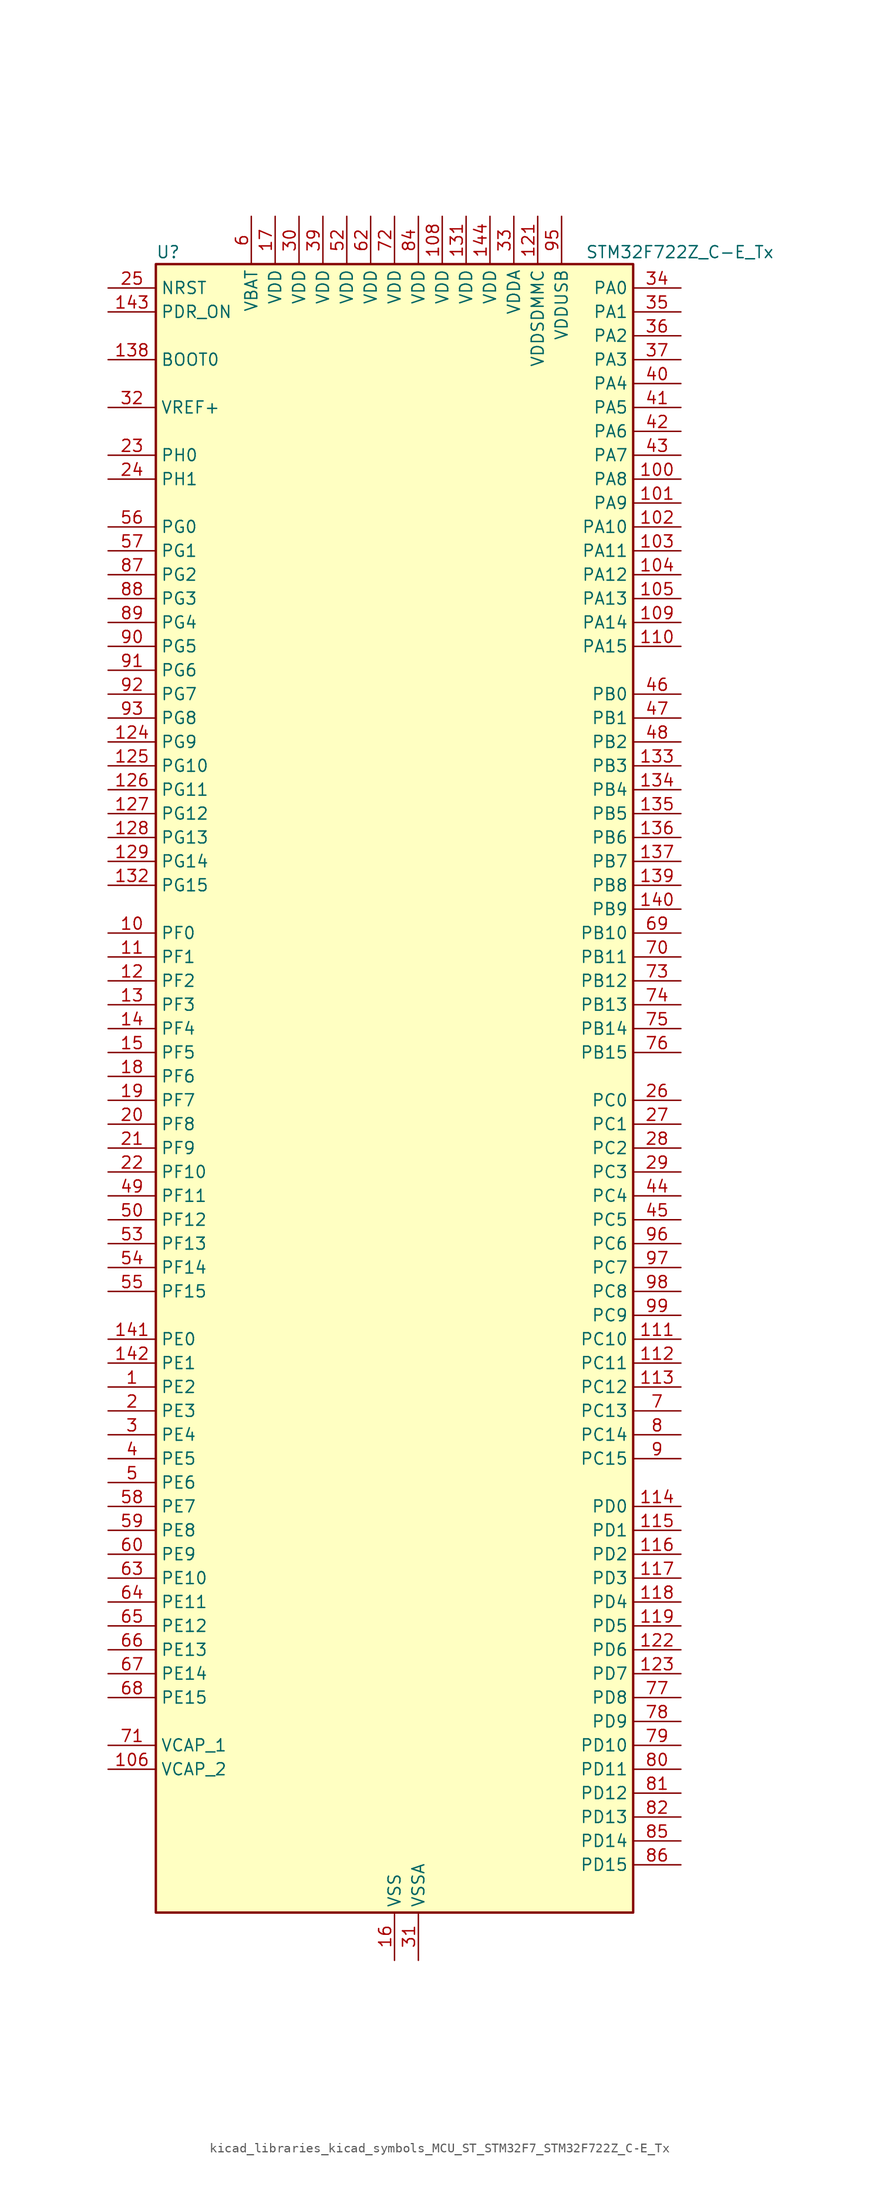
<source format=kicad_sym>
(kicad_symbol_lib
  (version 20220914)
  (generator kicad_symbol_editor)
  (symbol "kicad_libraries_kicad_symbols_MCU_ST_STM32F7_STM32F722Z_C-E_Tx"
    (property "Reference" "U"
      (at -25.4 90.17 0)
      (effects (font (size 1.27 1.27)) (justify left)))
    (property "Value" "STM32F722Z_C-E_Tx"
      (at 20.32 90.17 0)
      (effects (font (size 1.27 1.27)) (justify left)))
    (property "ki_locked" ""
      (at 0 0 0)
      (effects (font (size 1.27 1.27))))
    (symbol "kicad_libraries_kicad_symbols_MCU_ST_STM32F7_STM32F722Z_C-E_Tx_0_1"
      (rectangle (start -25.4 -86.36) (end 25.4 88.9) (stroke (width 0.254) (type default)) (fill (type background))))
    (symbol "kicad_libraries_kicad_symbols_MCU_ST_STM32F7_STM32F722Z_C-E_Tx_1_1"
      (pin bidirectional line (at -30.48 -30.48 0) (length 5.08) (name "PE2" (effects (font (size 1.27 1.27)))) (number "1" (effects (font (size 1.27 1.27)))) (alternate "FMC_A23" bidirectional line) (alternate "QUADSPI_BK1_IO2" bidirectional line) (alternate "SAI1_MCLK_A" bidirectional line) (alternate "SPI4_SCK" bidirectional line) (alternate "SYS_TRACECLK" bidirectional line))
      (pin bidirectional line (at -30.48 17.78 0) (length 5.08) (name "PF0" (effects (font (size 1.27 1.27)))) (number "10" (effects (font (size 1.27 1.27)))) (alternate "FMC_A0" bidirectional line) (alternate "I2C2_SDA" bidirectional line))
      (pin bidirectional line (at 30.48 66.04 180) (length 5.08) (name "PA8" (effects (font (size 1.27 1.27)))) (number "100" (effects (font (size 1.27 1.27)))) (alternate "I2C3_SCL" bidirectional line) (alternate "RCC_MCO_1" bidirectional line) (alternate "TIM1_CH1" bidirectional line) (alternate "TIM8_BKIN2" bidirectional line) (alternate "USART1_CK" bidirectional line) (alternate "USB_OTG_FS_SOF" bidirectional line))
      (pin bidirectional line (at 30.48 63.5 180) (length 5.08) (name "PA9" (effects (font (size 1.27 1.27)))) (number "101" (effects (font (size 1.27 1.27)))) (alternate "DAC_EXTI9" bidirectional line) (alternate "I2C3_SMBA" bidirectional line) (alternate "I2S2_CK" bidirectional line) (alternate "SPI2_SCK" bidirectional line) (alternate "TIM1_CH2" bidirectional line) (alternate "USART1_TX" bidirectional line) (alternate "USB_OTG_FS_VBUS" bidirectional line))
      (pin bidirectional line (at 30.48 60.96 180) (length 5.08) (name "PA10" (effects (font (size 1.27 1.27)))) (number "102" (effects (font (size 1.27 1.27)))) (alternate "TIM1_CH3" bidirectional line) (alternate "USART1_RX" bidirectional line) (alternate "USB_OTG_FS_ID" bidirectional line))
      (pin bidirectional line (at 30.48 58.42 180) (length 5.08) (name "PA11" (effects (font (size 1.27 1.27)))) (number "103" (effects (font (size 1.27 1.27)))) (alternate "ADC1_EXTI11" bidirectional line) (alternate "ADC2_EXTI11" bidirectional line) (alternate "ADC3_EXTI11" bidirectional line) (alternate "CAN1_RX" bidirectional line) (alternate "TIM1_CH4" bidirectional line) (alternate "USART1_CTS" bidirectional line) (alternate "USB_OTG_FS_DM" bidirectional line))
      (pin bidirectional line (at 30.48 55.88 180) (length 5.08) (name "PA12" (effects (font (size 1.27 1.27)))) (number "104" (effects (font (size 1.27 1.27)))) (alternate "CAN1_TX" bidirectional line) (alternate "SAI2_FS_B" bidirectional line) (alternate "TIM1_ETR" bidirectional line) (alternate "USART1_DE" bidirectional line) (alternate "USART1_RTS" bidirectional line) (alternate "USB_OTG_FS_DP" bidirectional line))
      (pin bidirectional line (at 30.48 53.34 180) (length 5.08) (name "PA13" (effects (font (size 1.27 1.27)))) (number "105" (effects (font (size 1.27 1.27)))) (alternate "SYS_JTMS-SWDIO" bidirectional line))
      (pin power_out line (at -30.48 -71.12 0) (length 5.08) (name "VCAP_2" (effects (font (size 1.27 1.27)))) (number "106" (effects (font (size 1.27 1.27)))))
      (pin passive line (at 0 -91.44 90) (length 5.08) hide (name "VSS" (effects (font (size 1.27 1.27)))) (number "107" (effects (font (size 1.27 1.27)))))
      (pin power_in line (at 5.08 93.98 270) (length 5.08) (name "VDD" (effects (font (size 1.27 1.27)))) (number "108" (effects (font (size 1.27 1.27)))))
      (pin bidirectional line (at 30.48 50.8 180) (length 5.08) (name "PA14" (effects (font (size 1.27 1.27)))) (number "109" (effects (font (size 1.27 1.27)))) (alternate "SYS_JTCK-SWCLK" bidirectional line))
      (pin bidirectional line (at -30.48 15.24 0) (length 5.08) (name "PF1" (effects (font (size 1.27 1.27)))) (number "11" (effects (font (size 1.27 1.27)))) (alternate "FMC_A1" bidirectional line) (alternate "I2C2_SCL" bidirectional line))
      (pin bidirectional line (at 30.48 48.26 180) (length 5.08) (name "PA15" (effects (font (size 1.27 1.27)))) (number "110" (effects (font (size 1.27 1.27)))) (alternate "I2S1_WS" bidirectional line) (alternate "I2S3_WS" bidirectional line) (alternate "SPI1_NSS" bidirectional line) (alternate "SPI3_NSS" bidirectional line) (alternate "SYS_JTDI" bidirectional line) (alternate "TIM2_CH1" bidirectional line) (alternate "TIM2_ETR" bidirectional line) (alternate "UART4_DE" bidirectional line) (alternate "UART4_RTS" bidirectional line))
      (pin bidirectional line (at 30.48 -25.4 180) (length 5.08) (name "PC10" (effects (font (size 1.27 1.27)))) (number "111" (effects (font (size 1.27 1.27)))) (alternate "I2S3_CK" bidirectional line) (alternate "QUADSPI_BK1_IO1" bidirectional line) (alternate "SDMMC1_D2" bidirectional line) (alternate "SPI3_SCK" bidirectional line) (alternate "UART4_TX" bidirectional line) (alternate "USART3_TX" bidirectional line))
      (pin bidirectional line (at 30.48 -27.94 180) (length 5.08) (name "PC11" (effects (font (size 1.27 1.27)))) (number "112" (effects (font (size 1.27 1.27)))) (alternate "ADC1_EXTI11" bidirectional line) (alternate "ADC2_EXTI11" bidirectional line) (alternate "ADC3_EXTI11" bidirectional line) (alternate "QUADSPI_BK2_NCS" bidirectional line) (alternate "SDMMC1_D3" bidirectional line) (alternate "SPI3_MISO" bidirectional line) (alternate "UART4_RX" bidirectional line) (alternate "USART3_RX" bidirectional line))
      (pin bidirectional line (at 30.48 -30.48 180) (length 5.08) (name "PC12" (effects (font (size 1.27 1.27)))) (number "113" (effects (font (size 1.27 1.27)))) (alternate "I2S3_SD" bidirectional line) (alternate "SDMMC1_CK" bidirectional line) (alternate "SPI3_MOSI" bidirectional line) (alternate "SYS_TRACED3" bidirectional line) (alternate "UART5_TX" bidirectional line) (alternate "USART3_CK" bidirectional line))
      (pin bidirectional line (at 30.48 -43.18 180) (length 5.08) (name "PD0" (effects (font (size 1.27 1.27)))) (number "114" (effects (font (size 1.27 1.27)))) (alternate "CAN1_RX" bidirectional line) (alternate "FMC_D2" bidirectional line) (alternate "FMC_DA2" bidirectional line))
      (pin bidirectional line (at 30.48 -45.72 180) (length 5.08) (name "PD1" (effects (font (size 1.27 1.27)))) (number "115" (effects (font (size 1.27 1.27)))) (alternate "CAN1_TX" bidirectional line) (alternate "FMC_D3" bidirectional line) (alternate "FMC_DA3" bidirectional line))
      (pin bidirectional line (at 30.48 -48.26 180) (length 5.08) (name "PD2" (effects (font (size 1.27 1.27)))) (number "116" (effects (font (size 1.27 1.27)))) (alternate "SDMMC1_CMD" bidirectional line) (alternate "SYS_TRACED2" bidirectional line) (alternate "TIM3_ETR" bidirectional line) (alternate "UART5_RX" bidirectional line))
      (pin bidirectional line (at 30.48 -50.8 180) (length 5.08) (name "PD3" (effects (font (size 1.27 1.27)))) (number "117" (effects (font (size 1.27 1.27)))) (alternate "FMC_CLK" bidirectional line) (alternate "I2S2_CK" bidirectional line) (alternate "SPI2_SCK" bidirectional line) (alternate "USART2_CTS" bidirectional line))
      (pin bidirectional line (at 30.48 -53.34 180) (length 5.08) (name "PD4" (effects (font (size 1.27 1.27)))) (number "118" (effects (font (size 1.27 1.27)))) (alternate "FMC_NOE" bidirectional line) (alternate "USART2_DE" bidirectional line) (alternate "USART2_RTS" bidirectional line))
      (pin bidirectional line (at 30.48 -55.88 180) (length 5.08) (name "PD5" (effects (font (size 1.27 1.27)))) (number "119" (effects (font (size 1.27 1.27)))) (alternate "FMC_NWE" bidirectional line) (alternate "USART2_TX" bidirectional line))
      (pin bidirectional line (at -30.48 12.7 0) (length 5.08) (name "PF2" (effects (font (size 1.27 1.27)))) (number "12" (effects (font (size 1.27 1.27)))) (alternate "FMC_A2" bidirectional line) (alternate "I2C2_SMBA" bidirectional line))
      (pin passive line (at 0 -91.44 90) (length 5.08) hide (name "VSS" (effects (font (size 1.27 1.27)))) (number "120" (effects (font (size 1.27 1.27)))))
      (pin power_in line (at 15.24 93.98 270) (length 5.08) (name "VDDSDMMC" (effects (font (size 1.27 1.27)))) (number "121" (effects (font (size 1.27 1.27)))))
      (pin bidirectional line (at 30.48 -58.42 180) (length 5.08) (name "PD6" (effects (font (size 1.27 1.27)))) (number "122" (effects (font (size 1.27 1.27)))) (alternate "FMC_NWAIT" bidirectional line) (alternate "I2S3_SD" bidirectional line) (alternate "SAI1_SD_A" bidirectional line) (alternate "SDMMC2_CK" bidirectional line) (alternate "SPI3_MOSI" bidirectional line) (alternate "USART2_RX" bidirectional line))
      (pin bidirectional line (at 30.48 -60.96 180) (length 5.08) (name "PD7" (effects (font (size 1.27 1.27)))) (number "123" (effects (font (size 1.27 1.27)))) (alternate "FMC_NE1" bidirectional line) (alternate "SDMMC2_CMD" bidirectional line) (alternate "USART2_CK" bidirectional line))
      (pin bidirectional line (at -30.48 38.1 0) (length 5.08) (name "PG9" (effects (font (size 1.27 1.27)))) (number "124" (effects (font (size 1.27 1.27)))) (alternate "DAC_EXTI9" bidirectional line) (alternate "FMC_NCE" bidirectional line) (alternate "FMC_NE2" bidirectional line) (alternate "QUADSPI_BK2_IO2" bidirectional line) (alternate "SAI2_FS_B" bidirectional line) (alternate "SDMMC2_D0" bidirectional line) (alternate "USART6_RX" bidirectional line))
      (pin bidirectional line (at -30.48 35.56 0) (length 5.08) (name "PG10" (effects (font (size 1.27 1.27)))) (number "125" (effects (font (size 1.27 1.27)))) (alternate "FMC_NE3" bidirectional line) (alternate "SAI2_SD_B" bidirectional line) (alternate "SDMMC2_D1" bidirectional line))
      (pin bidirectional line (at -30.48 33.02 0) (length 5.08) (name "PG11" (effects (font (size 1.27 1.27)))) (number "126" (effects (font (size 1.27 1.27)))) (alternate "ADC1_EXTI11" bidirectional line) (alternate "ADC2_EXTI11" bidirectional line) (alternate "ADC3_EXTI11" bidirectional line) (alternate "FMC_INT" bidirectional line) (alternate "SDMMC2_D2" bidirectional line))
      (pin bidirectional line (at -30.48 30.48 0) (length 5.08) (name "PG12" (effects (font (size 1.27 1.27)))) (number "127" (effects (font (size 1.27 1.27)))) (alternate "FMC_NE4" bidirectional line) (alternate "LPTIM1_IN1" bidirectional line) (alternate "SDMMC2_D3" bidirectional line) (alternate "USART6_DE" bidirectional line) (alternate "USART6_RTS" bidirectional line))
      (pin bidirectional line (at -30.48 27.94 0) (length 5.08) (name "PG13" (effects (font (size 1.27 1.27)))) (number "128" (effects (font (size 1.27 1.27)))) (alternate "FMC_A24" bidirectional line) (alternate "LPTIM1_OUT" bidirectional line) (alternate "SYS_TRACED0" bidirectional line) (alternate "USART6_CTS" bidirectional line))
      (pin bidirectional line (at -30.48 25.4 0) (length 5.08) (name "PG14" (effects (font (size 1.27 1.27)))) (number "129" (effects (font (size 1.27 1.27)))) (alternate "FMC_A25" bidirectional line) (alternate "LPTIM1_ETR" bidirectional line) (alternate "QUADSPI_BK2_IO3" bidirectional line) (alternate "SYS_TRACED1" bidirectional line) (alternate "USART6_TX" bidirectional line))
      (pin bidirectional line (at -30.48 10.16 0) (length 5.08) (name "PF3" (effects (font (size 1.27 1.27)))) (number "13" (effects (font (size 1.27 1.27)))) (alternate "ADC3_IN9" bidirectional line) (alternate "FMC_A3" bidirectional line))
      (pin passive line (at 0 -91.44 90) (length 5.08) hide (name "VSS" (effects (font (size 1.27 1.27)))) (number "130" (effects (font (size 1.27 1.27)))))
      (pin power_in line (at 7.62 93.98 270) (length 5.08) (name "VDD" (effects (font (size 1.27 1.27)))) (number "131" (effects (font (size 1.27 1.27)))))
      (pin bidirectional line (at -30.48 22.86 0) (length 5.08) (name "PG15" (effects (font (size 1.27 1.27)))) (number "132" (effects (font (size 1.27 1.27)))) (alternate "FMC_SDNCAS" bidirectional line) (alternate "USART6_CTS" bidirectional line))
      (pin bidirectional line (at 30.48 35.56 180) (length 5.08) (name "PB3" (effects (font (size 1.27 1.27)))) (number "133" (effects (font (size 1.27 1.27)))) (alternate "I2S1_CK" bidirectional line) (alternate "I2S3_CK" bidirectional line) (alternate "SDMMC2_D2" bidirectional line) (alternate "SPI1_SCK" bidirectional line) (alternate "SPI3_SCK" bidirectional line) (alternate "SYS_JTDO-SWO" bidirectional line) (alternate "TIM2_CH2" bidirectional line))
      (pin bidirectional line (at 30.48 33.02 180) (length 5.08) (name "PB4" (effects (font (size 1.27 1.27)))) (number "134" (effects (font (size 1.27 1.27)))) (alternate "I2S2_WS" bidirectional line) (alternate "SDMMC2_D3" bidirectional line) (alternate "SPI1_MISO" bidirectional line) (alternate "SPI2_NSS" bidirectional line) (alternate "SPI3_MISO" bidirectional line) (alternate "SYS_JTRST" bidirectional line) (alternate "TIM3_CH1" bidirectional line))
      (pin bidirectional line (at 30.48 30.48 180) (length 5.08) (name "PB5" (effects (font (size 1.27 1.27)))) (number "135" (effects (font (size 1.27 1.27)))) (alternate "FMC_SDCKE1" bidirectional line) (alternate "I2C1_SMBA" bidirectional line) (alternate "I2S1_SD" bidirectional line) (alternate "I2S3_SD" bidirectional line) (alternate "SPI1_MOSI" bidirectional line) (alternate "SPI3_MOSI" bidirectional line) (alternate "TIM3_CH2" bidirectional line) (alternate "USB_OTG_HS_ULPI_D7" bidirectional line))
      (pin bidirectional line (at 30.48 27.94 180) (length 5.08) (name "PB6" (effects (font (size 1.27 1.27)))) (number "136" (effects (font (size 1.27 1.27)))) (alternate "FMC_SDNE1" bidirectional line) (alternate "I2C1_SCL" bidirectional line) (alternate "QUADSPI_BK1_NCS" bidirectional line) (alternate "TIM4_CH1" bidirectional line) (alternate "USART1_TX" bidirectional line))
      (pin bidirectional line (at 30.48 25.4 180) (length 5.08) (name "PB7" (effects (font (size 1.27 1.27)))) (number "137" (effects (font (size 1.27 1.27)))) (alternate "FMC_NL" bidirectional line) (alternate "I2C1_SDA" bidirectional line) (alternate "TIM4_CH2" bidirectional line) (alternate "USART1_RX" bidirectional line))
      (pin input line (at -30.48 78.74 0) (length 5.08) (name "BOOT0" (effects (font (size 1.27 1.27)))) (number "138" (effects (font (size 1.27 1.27)))))
      (pin bidirectional line (at 30.48 22.86 180) (length 5.08) (name "PB8" (effects (font (size 1.27 1.27)))) (number "139" (effects (font (size 1.27 1.27)))) (alternate "CAN1_RX" bidirectional line) (alternate "I2C1_SCL" bidirectional line) (alternate "SDMMC1_D4" bidirectional line) (alternate "SDMMC2_D4" bidirectional line) (alternate "TIM10_CH1" bidirectional line) (alternate "TIM4_CH3" bidirectional line))
      (pin bidirectional line (at -30.48 7.62 0) (length 5.08) (name "PF4" (effects (font (size 1.27 1.27)))) (number "14" (effects (font (size 1.27 1.27)))) (alternate "ADC3_IN14" bidirectional line) (alternate "FMC_A4" bidirectional line))
      (pin bidirectional line (at 30.48 20.32 180) (length 5.08) (name "PB9" (effects (font (size 1.27 1.27)))) (number "140" (effects (font (size 1.27 1.27)))) (alternate "CAN1_TX" bidirectional line) (alternate "DAC_EXTI9" bidirectional line) (alternate "I2C1_SDA" bidirectional line) (alternate "I2S2_WS" bidirectional line) (alternate "SDMMC1_D5" bidirectional line) (alternate "SDMMC2_D5" bidirectional line) (alternate "SPI2_NSS" bidirectional line) (alternate "TIM11_CH1" bidirectional line) (alternate "TIM4_CH4" bidirectional line))
      (pin bidirectional line (at -30.48 -25.4 0) (length 5.08) (name "PE0" (effects (font (size 1.27 1.27)))) (number "141" (effects (font (size 1.27 1.27)))) (alternate "FMC_NBL0" bidirectional line) (alternate "LPTIM1_ETR" bidirectional line) (alternate "SAI2_MCLK_A" bidirectional line) (alternate "TIM4_ETR" bidirectional line) (alternate "UART8_RX" bidirectional line))
      (pin bidirectional line (at -30.48 -27.94 0) (length 5.08) (name "PE1" (effects (font (size 1.27 1.27)))) (number "142" (effects (font (size 1.27 1.27)))) (alternate "FMC_NBL1" bidirectional line) (alternate "LPTIM1_IN2" bidirectional line) (alternate "UART8_TX" bidirectional line))
      (pin input line (at -30.48 83.82 0) (length 5.08) (name "PDR_ON" (effects (font (size 1.27 1.27)))) (number "143" (effects (font (size 1.27 1.27)))))
      (pin power_in line (at 10.16 93.98 270) (length 5.08) (name "VDD" (effects (font (size 1.27 1.27)))) (number "144" (effects (font (size 1.27 1.27)))))
      (pin bidirectional line (at -30.48 5.08 0) (length 5.08) (name "PF5" (effects (font (size 1.27 1.27)))) (number "15" (effects (font (size 1.27 1.27)))) (alternate "ADC3_IN15" bidirectional line) (alternate "FMC_A5" bidirectional line))
      (pin power_in line (at 0 -91.44 90) (length 5.08) (name "VSS" (effects (font (size 1.27 1.27)))) (number "16" (effects (font (size 1.27 1.27)))))
      (pin power_in line (at -12.7 93.98 270) (length 5.08) (name "VDD" (effects (font (size 1.27 1.27)))) (number "17" (effects (font (size 1.27 1.27)))))
      (pin bidirectional line (at -30.48 2.54 0) (length 5.08) (name "PF6" (effects (font (size 1.27 1.27)))) (number "18" (effects (font (size 1.27 1.27)))) (alternate "ADC3_IN4" bidirectional line) (alternate "QUADSPI_BK1_IO3" bidirectional line) (alternate "SAI1_SD_B" bidirectional line) (alternate "SPI5_NSS" bidirectional line) (alternate "TIM10_CH1" bidirectional line) (alternate "UART7_RX" bidirectional line))
      (pin bidirectional line (at -30.48 0 0) (length 5.08) (name "PF7" (effects (font (size 1.27 1.27)))) (number "19" (effects (font (size 1.27 1.27)))) (alternate "ADC3_IN5" bidirectional line) (alternate "QUADSPI_BK1_IO2" bidirectional line) (alternate "SAI1_MCLK_B" bidirectional line) (alternate "SPI5_SCK" bidirectional line) (alternate "TIM11_CH1" bidirectional line) (alternate "UART7_TX" bidirectional line))
      (pin bidirectional line (at -30.48 -33.02 0) (length 5.08) (name "PE3" (effects (font (size 1.27 1.27)))) (number "2" (effects (font (size 1.27 1.27)))) (alternate "FMC_A19" bidirectional line) (alternate "SAI1_SD_B" bidirectional line) (alternate "SYS_TRACED0" bidirectional line))
      (pin bidirectional line (at -30.48 -2.54 0) (length 5.08) (name "PF8" (effects (font (size 1.27 1.27)))) (number "20" (effects (font (size 1.27 1.27)))) (alternate "ADC3_IN6" bidirectional line) (alternate "QUADSPI_BK1_IO0" bidirectional line) (alternate "SAI1_SCK_B" bidirectional line) (alternate "SPI5_MISO" bidirectional line) (alternate "TIM13_CH1" bidirectional line) (alternate "UART7_DE" bidirectional line) (alternate "UART7_RTS" bidirectional line))
      (pin bidirectional line (at -30.48 -5.08 0) (length 5.08) (name "PF9" (effects (font (size 1.27 1.27)))) (number "21" (effects (font (size 1.27 1.27)))) (alternate "ADC3_IN7" bidirectional line) (alternate "DAC_EXTI9" bidirectional line) (alternate "QUADSPI_BK1_IO1" bidirectional line) (alternate "SAI1_FS_B" bidirectional line) (alternate "SPI5_MOSI" bidirectional line) (alternate "TIM14_CH1" bidirectional line) (alternate "UART7_CTS" bidirectional line))
      (pin bidirectional line (at -30.48 -7.62 0) (length 5.08) (name "PF10" (effects (font (size 1.27 1.27)))) (number "22" (effects (font (size 1.27 1.27)))) (alternate "ADC3_IN8" bidirectional line))
      (pin bidirectional line (at -30.48 68.58 0) (length 5.08) (name "PH0" (effects (font (size 1.27 1.27)))) (number "23" (effects (font (size 1.27 1.27)))) (alternate "RCC_OSC_IN" bidirectional line))
      (pin bidirectional line (at -30.48 66.04 0) (length 5.08) (name "PH1" (effects (font (size 1.27 1.27)))) (number "24" (effects (font (size 1.27 1.27)))) (alternate "RCC_OSC_OUT" bidirectional line))
      (pin input line (at -30.48 86.36 0) (length 5.08) (name "NRST" (effects (font (size 1.27 1.27)))) (number "25" (effects (font (size 1.27 1.27)))))
      (pin bidirectional line (at 30.48 0 180) (length 5.08) (name "PC0" (effects (font (size 1.27 1.27)))) (number "26" (effects (font (size 1.27 1.27)))) (alternate "ADC1_IN10" bidirectional line) (alternate "ADC2_IN10" bidirectional line) (alternate "ADC3_IN10" bidirectional line) (alternate "FMC_SDNWE" bidirectional line) (alternate "SAI2_FS_B" bidirectional line) (alternate "USB_OTG_HS_ULPI_STP" bidirectional line))
      (pin bidirectional line (at 30.48 -2.54 180) (length 5.08) (name "PC1" (effects (font (size 1.27 1.27)))) (number "27" (effects (font (size 1.27 1.27)))) (alternate "ADC1_IN11" bidirectional line) (alternate "ADC2_IN11" bidirectional line) (alternate "ADC3_IN11" bidirectional line) (alternate "I2S2_SD" bidirectional line) (alternate "RTC_TAMP3" bidirectional line) (alternate "RTC_TS" bidirectional line) (alternate "SAI1_SD_A" bidirectional line) (alternate "SPI2_MOSI" bidirectional line) (alternate "SYS_TRACED0" bidirectional line) (alternate "SYS_WKUP3" bidirectional line))
      (pin bidirectional line (at 30.48 -5.08 180) (length 5.08) (name "PC2" (effects (font (size 1.27 1.27)))) (number "28" (effects (font (size 1.27 1.27)))) (alternate "ADC1_IN12" bidirectional line) (alternate "ADC2_IN12" bidirectional line) (alternate "ADC3_IN12" bidirectional line) (alternate "FMC_SDNE0" bidirectional line) (alternate "SPI2_MISO" bidirectional line) (alternate "USB_OTG_HS_ULPI_DIR" bidirectional line))
      (pin bidirectional line (at 30.48 -7.62 180) (length 5.08) (name "PC3" (effects (font (size 1.27 1.27)))) (number "29" (effects (font (size 1.27 1.27)))) (alternate "ADC1_IN13" bidirectional line) (alternate "ADC2_IN13" bidirectional line) (alternate "ADC3_IN13" bidirectional line) (alternate "FMC_SDCKE0" bidirectional line) (alternate "I2S2_SD" bidirectional line) (alternate "SPI2_MOSI" bidirectional line) (alternate "USB_OTG_HS_ULPI_NXT" bidirectional line))
      (pin bidirectional line (at -30.48 -35.56 0) (length 5.08) (name "PE4" (effects (font (size 1.27 1.27)))) (number "3" (effects (font (size 1.27 1.27)))) (alternate "FMC_A20" bidirectional line) (alternate "SAI1_FS_A" bidirectional line) (alternate "SPI4_NSS" bidirectional line) (alternate "SYS_TRACED1" bidirectional line))
      (pin power_in line (at -10.16 93.98 270) (length 5.08) (name "VDD" (effects (font (size 1.27 1.27)))) (number "30" (effects (font (size 1.27 1.27)))))
      (pin power_in line (at 2.54 -91.44 90) (length 5.08) (name "VSSA" (effects (font (size 1.27 1.27)))) (number "31" (effects (font (size 1.27 1.27)))))
      (pin input line (at -30.48 73.66 0) (length 5.08) (name "VREF+" (effects (font (size 1.27 1.27)))) (number "32" (effects (font (size 1.27 1.27)))))
      (pin power_in line (at 12.7 93.98 270) (length 5.08) (name "VDDA" (effects (font (size 1.27 1.27)))) (number "33" (effects (font (size 1.27 1.27)))))
      (pin bidirectional line (at 30.48 86.36 180) (length 5.08) (name "PA0" (effects (font (size 1.27 1.27)))) (number "34" (effects (font (size 1.27 1.27)))) (alternate "ADC1_IN0" bidirectional line) (alternate "ADC2_IN0" bidirectional line) (alternate "ADC3_IN0" bidirectional line) (alternate "SAI2_SD_B" bidirectional line) (alternate "SYS_WKUP1" bidirectional line) (alternate "TIM2_CH1" bidirectional line) (alternate "TIM2_ETR" bidirectional line) (alternate "TIM5_CH1" bidirectional line) (alternate "TIM8_ETR" bidirectional line) (alternate "UART4_TX" bidirectional line) (alternate "USART2_CTS" bidirectional line))
      (pin bidirectional line (at 30.48 83.82 180) (length 5.08) (name "PA1" (effects (font (size 1.27 1.27)))) (number "35" (effects (font (size 1.27 1.27)))) (alternate "ADC1_IN1" bidirectional line) (alternate "ADC2_IN1" bidirectional line) (alternate "ADC3_IN1" bidirectional line) (alternate "QUADSPI_BK1_IO3" bidirectional line) (alternate "SAI2_MCLK_B" bidirectional line) (alternate "TIM2_CH2" bidirectional line) (alternate "TIM5_CH2" bidirectional line) (alternate "UART4_RX" bidirectional line) (alternate "USART2_DE" bidirectional line) (alternate "USART2_RTS" bidirectional line))
      (pin bidirectional line (at 30.48 81.28 180) (length 5.08) (name "PA2" (effects (font (size 1.27 1.27)))) (number "36" (effects (font (size 1.27 1.27)))) (alternate "ADC1_IN2" bidirectional line) (alternate "ADC2_IN2" bidirectional line) (alternate "ADC3_IN2" bidirectional line) (alternate "SAI2_SCK_B" bidirectional line) (alternate "SYS_WKUP2" bidirectional line) (alternate "TIM2_CH3" bidirectional line) (alternate "TIM5_CH3" bidirectional line) (alternate "TIM9_CH1" bidirectional line) (alternate "USART2_TX" bidirectional line))
      (pin bidirectional line (at 30.48 78.74 180) (length 5.08) (name "PA3" (effects (font (size 1.27 1.27)))) (number "37" (effects (font (size 1.27 1.27)))) (alternate "ADC1_IN3" bidirectional line) (alternate "ADC2_IN3" bidirectional line) (alternate "ADC3_IN3" bidirectional line) (alternate "TIM2_CH4" bidirectional line) (alternate "TIM5_CH4" bidirectional line) (alternate "TIM9_CH2" bidirectional line) (alternate "USART2_RX" bidirectional line) (alternate "USB_OTG_HS_ULPI_D0" bidirectional line))
      (pin passive line (at 0 -91.44 90) (length 5.08) hide (name "VSS" (effects (font (size 1.27 1.27)))) (number "38" (effects (font (size 1.27 1.27)))))
      (pin power_in line (at -7.62 93.98 270) (length 5.08) (name "VDD" (effects (font (size 1.27 1.27)))) (number "39" (effects (font (size 1.27 1.27)))))
      (pin bidirectional line (at -30.48 -38.1 0) (length 5.08) (name "PE5" (effects (font (size 1.27 1.27)))) (number "4" (effects (font (size 1.27 1.27)))) (alternate "FMC_A21" bidirectional line) (alternate "SAI1_SCK_A" bidirectional line) (alternate "SPI4_MISO" bidirectional line) (alternate "SYS_TRACED2" bidirectional line) (alternate "TIM9_CH1" bidirectional line))
      (pin bidirectional line (at 30.48 76.2 180) (length 5.08) (name "PA4" (effects (font (size 1.27 1.27)))) (number "40" (effects (font (size 1.27 1.27)))) (alternate "ADC1_IN4" bidirectional line) (alternate "ADC2_IN4" bidirectional line) (alternate "DAC_OUT1" bidirectional line) (alternate "I2S1_WS" bidirectional line) (alternate "I2S3_WS" bidirectional line) (alternate "SPI1_NSS" bidirectional line) (alternate "SPI3_NSS" bidirectional line) (alternate "USART2_CK" bidirectional line) (alternate "USB_OTG_HS_SOF" bidirectional line))
      (pin bidirectional line (at 30.48 73.66 180) (length 5.08) (name "PA5" (effects (font (size 1.27 1.27)))) (number "41" (effects (font (size 1.27 1.27)))) (alternate "ADC1_IN5" bidirectional line) (alternate "ADC2_IN5" bidirectional line) (alternate "DAC_OUT2" bidirectional line) (alternate "I2S1_CK" bidirectional line) (alternate "SPI1_SCK" bidirectional line) (alternate "TIM2_CH1" bidirectional line) (alternate "TIM2_ETR" bidirectional line) (alternate "TIM8_CH1N" bidirectional line) (alternate "USB_OTG_HS_ULPI_CK" bidirectional line))
      (pin bidirectional line (at 30.48 71.12 180) (length 5.08) (name "PA6" (effects (font (size 1.27 1.27)))) (number "42" (effects (font (size 1.27 1.27)))) (alternate "ADC1_IN6" bidirectional line) (alternate "ADC2_IN6" bidirectional line) (alternate "SPI1_MISO" bidirectional line) (alternate "TIM13_CH1" bidirectional line) (alternate "TIM1_BKIN" bidirectional line) (alternate "TIM3_CH1" bidirectional line) (alternate "TIM8_BKIN" bidirectional line))
      (pin bidirectional line (at 30.48 68.58 180) (length 5.08) (name "PA7" (effects (font (size 1.27 1.27)))) (number "43" (effects (font (size 1.27 1.27)))) (alternate "ADC1_IN7" bidirectional line) (alternate "ADC2_IN7" bidirectional line) (alternate "FMC_SDNWE" bidirectional line) (alternate "I2S1_SD" bidirectional line) (alternate "SPI1_MOSI" bidirectional line) (alternate "TIM14_CH1" bidirectional line) (alternate "TIM1_CH1N" bidirectional line) (alternate "TIM3_CH2" bidirectional line) (alternate "TIM8_CH1N" bidirectional line))
      (pin bidirectional line (at 30.48 -10.16 180) (length 5.08) (name "PC4" (effects (font (size 1.27 1.27)))) (number "44" (effects (font (size 1.27 1.27)))) (alternate "ADC1_IN14" bidirectional line) (alternate "ADC2_IN14" bidirectional line) (alternate "FMC_SDNE0" bidirectional line) (alternate "I2S1_MCK" bidirectional line))
      (pin bidirectional line (at 30.48 -12.7 180) (length 5.08) (name "PC5" (effects (font (size 1.27 1.27)))) (number "45" (effects (font (size 1.27 1.27)))) (alternate "ADC1_IN15" bidirectional line) (alternate "ADC2_IN15" bidirectional line) (alternate "FMC_SDCKE0" bidirectional line))
      (pin bidirectional line (at 30.48 43.18 180) (length 5.08) (name "PB0" (effects (font (size 1.27 1.27)))) (number "46" (effects (font (size 1.27 1.27)))) (alternate "ADC1_IN8" bidirectional line) (alternate "ADC2_IN8" bidirectional line) (alternate "TIM1_CH2N" bidirectional line) (alternate "TIM3_CH3" bidirectional line) (alternate "TIM8_CH2N" bidirectional line) (alternate "UART4_CTS" bidirectional line) (alternate "USB_OTG_HS_ULPI_D1" bidirectional line))
      (pin bidirectional line (at 30.48 40.64 180) (length 5.08) (name "PB1" (effects (font (size 1.27 1.27)))) (number "47" (effects (font (size 1.27 1.27)))) (alternate "ADC1_IN9" bidirectional line) (alternate "ADC2_IN9" bidirectional line) (alternate "TIM1_CH3N" bidirectional line) (alternate "TIM3_CH4" bidirectional line) (alternate "TIM8_CH3N" bidirectional line) (alternate "USB_OTG_HS_ULPI_D2" bidirectional line))
      (pin bidirectional line (at 30.48 38.1 180) (length 5.08) (name "PB2" (effects (font (size 1.27 1.27)))) (number "48" (effects (font (size 1.27 1.27)))) (alternate "I2S3_SD" bidirectional line) (alternate "QUADSPI_CLK" bidirectional line) (alternate "SAI1_SD_A" bidirectional line) (alternate "SPI3_MOSI" bidirectional line))
      (pin bidirectional line (at -30.48 -10.16 0) (length 5.08) (name "PF11" (effects (font (size 1.27 1.27)))) (number "49" (effects (font (size 1.27 1.27)))) (alternate "ADC1_EXTI11" bidirectional line) (alternate "ADC2_EXTI11" bidirectional line) (alternate "ADC3_EXTI11" bidirectional line) (alternate "FMC_SDNRAS" bidirectional line) (alternate "SAI2_SD_B" bidirectional line) (alternate "SPI5_MOSI" bidirectional line))
      (pin bidirectional line (at -30.48 -40.64 0) (length 5.08) (name "PE6" (effects (font (size 1.27 1.27)))) (number "5" (effects (font (size 1.27 1.27)))) (alternate "FMC_A22" bidirectional line) (alternate "SAI1_SD_A" bidirectional line) (alternate "SAI2_MCLK_B" bidirectional line) (alternate "SPI4_MOSI" bidirectional line) (alternate "SYS_TRACED3" bidirectional line) (alternate "TIM1_BKIN2" bidirectional line) (alternate "TIM9_CH2" bidirectional line))
      (pin bidirectional line (at -30.48 -12.7 0) (length 5.08) (name "PF12" (effects (font (size 1.27 1.27)))) (number "50" (effects (font (size 1.27 1.27)))) (alternate "FMC_A6" bidirectional line))
      (pin passive line (at 0 -91.44 90) (length 5.08) hide (name "VSS" (effects (font (size 1.27 1.27)))) (number "51" (effects (font (size 1.27 1.27)))))
      (pin power_in line (at -5.08 93.98 270) (length 5.08) (name "VDD" (effects (font (size 1.27 1.27)))) (number "52" (effects (font (size 1.27 1.27)))))
      (pin bidirectional line (at -30.48 -15.24 0) (length 5.08) (name "PF13" (effects (font (size 1.27 1.27)))) (number "53" (effects (font (size 1.27 1.27)))) (alternate "FMC_A7" bidirectional line))
      (pin bidirectional line (at -30.48 -17.78 0) (length 5.08) (name "PF14" (effects (font (size 1.27 1.27)))) (number "54" (effects (font (size 1.27 1.27)))) (alternate "FMC_A8" bidirectional line))
      (pin bidirectional line (at -30.48 -20.32 0) (length 5.08) (name "PF15" (effects (font (size 1.27 1.27)))) (number "55" (effects (font (size 1.27 1.27)))) (alternate "FMC_A9" bidirectional line))
      (pin bidirectional line (at -30.48 60.96 0) (length 5.08) (name "PG0" (effects (font (size 1.27 1.27)))) (number "56" (effects (font (size 1.27 1.27)))) (alternate "FMC_A10" bidirectional line))
      (pin bidirectional line (at -30.48 58.42 0) (length 5.08) (name "PG1" (effects (font (size 1.27 1.27)))) (number "57" (effects (font (size 1.27 1.27)))) (alternate "FMC_A11" bidirectional line))
      (pin bidirectional line (at -30.48 -43.18 0) (length 5.08) (name "PE7" (effects (font (size 1.27 1.27)))) (number "58" (effects (font (size 1.27 1.27)))) (alternate "FMC_D4" bidirectional line) (alternate "FMC_DA4" bidirectional line) (alternate "QUADSPI_BK2_IO0" bidirectional line) (alternate "TIM1_ETR" bidirectional line) (alternate "UART7_RX" bidirectional line))
      (pin bidirectional line (at -30.48 -45.72 0) (length 5.08) (name "PE8" (effects (font (size 1.27 1.27)))) (number "59" (effects (font (size 1.27 1.27)))) (alternate "FMC_D5" bidirectional line) (alternate "FMC_DA5" bidirectional line) (alternate "QUADSPI_BK2_IO1" bidirectional line) (alternate "TIM1_CH1N" bidirectional line) (alternate "UART7_TX" bidirectional line))
      (pin power_in line (at -15.24 93.98 270) (length 5.08) (name "VBAT" (effects (font (size 1.27 1.27)))) (number "6" (effects (font (size 1.27 1.27)))))
      (pin bidirectional line (at -30.48 -48.26 0) (length 5.08) (name "PE9" (effects (font (size 1.27 1.27)))) (number "60" (effects (font (size 1.27 1.27)))) (alternate "DAC_EXTI9" bidirectional line) (alternate "FMC_D6" bidirectional line) (alternate "FMC_DA6" bidirectional line) (alternate "QUADSPI_BK2_IO2" bidirectional line) (alternate "TIM1_CH1" bidirectional line) (alternate "UART7_DE" bidirectional line) (alternate "UART7_RTS" bidirectional line))
      (pin passive line (at 0 -91.44 90) (length 5.08) hide (name "VSS" (effects (font (size 1.27 1.27)))) (number "61" (effects (font (size 1.27 1.27)))))
      (pin power_in line (at -2.54 93.98 270) (length 5.08) (name "VDD" (effects (font (size 1.27 1.27)))) (number "62" (effects (font (size 1.27 1.27)))))
      (pin bidirectional line (at -30.48 -50.8 0) (length 5.08) (name "PE10" (effects (font (size 1.27 1.27)))) (number "63" (effects (font (size 1.27 1.27)))) (alternate "FMC_D7" bidirectional line) (alternate "FMC_DA7" bidirectional line) (alternate "QUADSPI_BK2_IO3" bidirectional line) (alternate "TIM1_CH2N" bidirectional line) (alternate "UART7_CTS" bidirectional line))
      (pin bidirectional line (at -30.48 -53.34 0) (length 5.08) (name "PE11" (effects (font (size 1.27 1.27)))) (number "64" (effects (font (size 1.27 1.27)))) (alternate "ADC1_EXTI11" bidirectional line) (alternate "ADC2_EXTI11" bidirectional line) (alternate "ADC3_EXTI11" bidirectional line) (alternate "FMC_D8" bidirectional line) (alternate "FMC_DA8" bidirectional line) (alternate "SAI2_SD_B" bidirectional line) (alternate "SPI4_NSS" bidirectional line) (alternate "TIM1_CH2" bidirectional line))
      (pin bidirectional line (at -30.48 -55.88 0) (length 5.08) (name "PE12" (effects (font (size 1.27 1.27)))) (number "65" (effects (font (size 1.27 1.27)))) (alternate "FMC_D9" bidirectional line) (alternate "FMC_DA9" bidirectional line) (alternate "SAI2_SCK_B" bidirectional line) (alternate "SPI4_SCK" bidirectional line) (alternate "TIM1_CH3N" bidirectional line))
      (pin bidirectional line (at -30.48 -58.42 0) (length 5.08) (name "PE13" (effects (font (size 1.27 1.27)))) (number "66" (effects (font (size 1.27 1.27)))) (alternate "FMC_D10" bidirectional line) (alternate "FMC_DA10" bidirectional line) (alternate "SAI2_FS_B" bidirectional line) (alternate "SPI4_MISO" bidirectional line) (alternate "TIM1_CH3" bidirectional line))
      (pin bidirectional line (at -30.48 -60.96 0) (length 5.08) (name "PE14" (effects (font (size 1.27 1.27)))) (number "67" (effects (font (size 1.27 1.27)))) (alternate "FMC_D11" bidirectional line) (alternate "FMC_DA11" bidirectional line) (alternate "SAI2_MCLK_B" bidirectional line) (alternate "SPI4_MOSI" bidirectional line) (alternate "TIM1_CH4" bidirectional line))
      (pin bidirectional line (at -30.48 -63.5 0) (length 5.08) (name "PE15" (effects (font (size 1.27 1.27)))) (number "68" (effects (font (size 1.27 1.27)))) (alternate "FMC_D12" bidirectional line) (alternate "FMC_DA12" bidirectional line) (alternate "TIM1_BKIN" bidirectional line))
      (pin bidirectional line (at 30.48 17.78 180) (length 5.08) (name "PB10" (effects (font (size 1.27 1.27)))) (number "69" (effects (font (size 1.27 1.27)))) (alternate "I2C2_SCL" bidirectional line) (alternate "I2S2_CK" bidirectional line) (alternate "SPI2_SCK" bidirectional line) (alternate "TIM2_CH3" bidirectional line) (alternate "USART3_TX" bidirectional line) (alternate "USB_OTG_HS_ULPI_D3" bidirectional line))
      (pin bidirectional line (at 30.48 -33.02 180) (length 5.08) (name "PC13" (effects (font (size 1.27 1.27)))) (number "7" (effects (font (size 1.27 1.27)))) (alternate "RTC_OUT" bidirectional line) (alternate "RTC_TAMP1" bidirectional line) (alternate "RTC_TS" bidirectional line) (alternate "SYS_WKUP4" bidirectional line))
      (pin bidirectional line (at 30.48 15.24 180) (length 5.08) (name "PB11" (effects (font (size 1.27 1.27)))) (number "70" (effects (font (size 1.27 1.27)))) (alternate "ADC1_EXTI11" bidirectional line) (alternate "ADC2_EXTI11" bidirectional line) (alternate "ADC3_EXTI11" bidirectional line) (alternate "I2C2_SDA" bidirectional line) (alternate "TIM2_CH4" bidirectional line) (alternate "USART3_RX" bidirectional line) (alternate "USB_OTG_HS_ULPI_D4" bidirectional line))
      (pin power_out line (at -30.48 -68.58 0) (length 5.08) (name "VCAP_1" (effects (font (size 1.27 1.27)))) (number "71" (effects (font (size 1.27 1.27)))))
      (pin power_in line (at 0 93.98 270) (length 5.08) (name "VDD" (effects (font (size 1.27 1.27)))) (number "72" (effects (font (size 1.27 1.27)))))
      (pin bidirectional line (at 30.48 12.7 180) (length 5.08) (name "PB12" (effects (font (size 1.27 1.27)))) (number "73" (effects (font (size 1.27 1.27)))) (alternate "I2C2_SMBA" bidirectional line) (alternate "I2S2_WS" bidirectional line) (alternate "SPI2_NSS" bidirectional line) (alternate "TIM1_BKIN" bidirectional line) (alternate "USART3_CK" bidirectional line) (alternate "USB_OTG_HS_ID" bidirectional line) (alternate "USB_OTG_HS_ULPI_D5" bidirectional line))
      (pin bidirectional line (at 30.48 10.16 180) (length 5.08) (name "PB13" (effects (font (size 1.27 1.27)))) (number "74" (effects (font (size 1.27 1.27)))) (alternate "I2S2_CK" bidirectional line) (alternate "SPI2_SCK" bidirectional line) (alternate "TIM1_CH1N" bidirectional line) (alternate "USART3_CTS" bidirectional line) (alternate "USB_OTG_HS_ULPI_D6" bidirectional line) (alternate "USB_OTG_HS_VBUS" bidirectional line))
      (pin bidirectional line (at 30.48 7.62 180) (length 5.08) (name "PB14" (effects (font (size 1.27 1.27)))) (number "75" (effects (font (size 1.27 1.27)))) (alternate "SDMMC2_D0" bidirectional line) (alternate "SPI2_MISO" bidirectional line) (alternate "TIM12_CH1" bidirectional line) (alternate "TIM1_CH2N" bidirectional line) (alternate "TIM8_CH2N" bidirectional line) (alternate "USART3_DE" bidirectional line) (alternate "USART3_RTS" bidirectional line) (alternate "USB_OTG_HS_DM" bidirectional line))
      (pin bidirectional line (at 30.48 5.08 180) (length 5.08) (name "PB15" (effects (font (size 1.27 1.27)))) (number "76" (effects (font (size 1.27 1.27)))) (alternate "I2S2_SD" bidirectional line) (alternate "RTC_REFIN" bidirectional line) (alternate "SDMMC2_D1" bidirectional line) (alternate "SPI2_MOSI" bidirectional line) (alternate "TIM12_CH2" bidirectional line) (alternate "TIM1_CH3N" bidirectional line) (alternate "TIM8_CH3N" bidirectional line) (alternate "USB_OTG_HS_DP" bidirectional line))
      (pin bidirectional line (at 30.48 -63.5 180) (length 5.08) (name "PD8" (effects (font (size 1.27 1.27)))) (number "77" (effects (font (size 1.27 1.27)))) (alternate "FMC_D13" bidirectional line) (alternate "FMC_DA13" bidirectional line) (alternate "USART3_TX" bidirectional line))
      (pin bidirectional line (at 30.48 -66.04 180) (length 5.08) (name "PD9" (effects (font (size 1.27 1.27)))) (number "78" (effects (font (size 1.27 1.27)))) (alternate "DAC_EXTI9" bidirectional line) (alternate "FMC_D14" bidirectional line) (alternate "FMC_DA14" bidirectional line) (alternate "USART3_RX" bidirectional line))
      (pin bidirectional line (at 30.48 -68.58 180) (length 5.08) (name "PD10" (effects (font (size 1.27 1.27)))) (number "79" (effects (font (size 1.27 1.27)))) (alternate "FMC_D15" bidirectional line) (alternate "FMC_DA15" bidirectional line) (alternate "USART3_CK" bidirectional line))
      (pin bidirectional line (at 30.48 -35.56 180) (length 5.08) (name "PC14" (effects (font (size 1.27 1.27)))) (number "8" (effects (font (size 1.27 1.27)))) (alternate "RCC_OSC32_IN" bidirectional line))
      (pin bidirectional line (at 30.48 -71.12 180) (length 5.08) (name "PD11" (effects (font (size 1.27 1.27)))) (number "80" (effects (font (size 1.27 1.27)))) (alternate "ADC1_EXTI11" bidirectional line) (alternate "ADC2_EXTI11" bidirectional line) (alternate "ADC3_EXTI11" bidirectional line) (alternate "FMC_A16" bidirectional line) (alternate "FMC_CLE" bidirectional line) (alternate "QUADSPI_BK1_IO0" bidirectional line) (alternate "SAI2_SD_A" bidirectional line) (alternate "USART3_CTS" bidirectional line))
      (pin bidirectional line (at 30.48 -73.66 180) (length 5.08) (name "PD12" (effects (font (size 1.27 1.27)))) (number "81" (effects (font (size 1.27 1.27)))) (alternate "FMC_A17" bidirectional line) (alternate "FMC_ALE" bidirectional line) (alternate "LPTIM1_IN1" bidirectional line) (alternate "QUADSPI_BK1_IO1" bidirectional line) (alternate "SAI2_FS_A" bidirectional line) (alternate "TIM4_CH1" bidirectional line) (alternate "USART3_DE" bidirectional line) (alternate "USART3_RTS" bidirectional line))
      (pin bidirectional line (at 30.48 -76.2 180) (length 5.08) (name "PD13" (effects (font (size 1.27 1.27)))) (number "82" (effects (font (size 1.27 1.27)))) (alternate "FMC_A18" bidirectional line) (alternate "LPTIM1_OUT" bidirectional line) (alternate "QUADSPI_BK1_IO3" bidirectional line) (alternate "SAI2_SCK_A" bidirectional line) (alternate "TIM4_CH2" bidirectional line))
      (pin passive line (at 0 -91.44 90) (length 5.08) hide (name "VSS" (effects (font (size 1.27 1.27)))) (number "83" (effects (font (size 1.27 1.27)))))
      (pin power_in line (at 2.54 93.98 270) (length 5.08) (name "VDD" (effects (font (size 1.27 1.27)))) (number "84" (effects (font (size 1.27 1.27)))))
      (pin bidirectional line (at 30.48 -78.74 180) (length 5.08) (name "PD14" (effects (font (size 1.27 1.27)))) (number "85" (effects (font (size 1.27 1.27)))) (alternate "FMC_D0" bidirectional line) (alternate "FMC_DA0" bidirectional line) (alternate "TIM4_CH3" bidirectional line) (alternate "UART8_CTS" bidirectional line))
      (pin bidirectional line (at 30.48 -81.28 180) (length 5.08) (name "PD15" (effects (font (size 1.27 1.27)))) (number "86" (effects (font (size 1.27 1.27)))) (alternate "FMC_D1" bidirectional line) (alternate "FMC_DA1" bidirectional line) (alternate "TIM4_CH4" bidirectional line) (alternate "UART8_DE" bidirectional line) (alternate "UART8_RTS" bidirectional line))
      (pin bidirectional line (at -30.48 55.88 0) (length 5.08) (name "PG2" (effects (font (size 1.27 1.27)))) (number "87" (effects (font (size 1.27 1.27)))) (alternate "FMC_A12" bidirectional line))
      (pin bidirectional line (at -30.48 53.34 0) (length 5.08) (name "PG3" (effects (font (size 1.27 1.27)))) (number "88" (effects (font (size 1.27 1.27)))) (alternate "FMC_A13" bidirectional line))
      (pin bidirectional line (at -30.48 50.8 0) (length 5.08) (name "PG4" (effects (font (size 1.27 1.27)))) (number "89" (effects (font (size 1.27 1.27)))) (alternate "FMC_A14" bidirectional line) (alternate "FMC_BA0" bidirectional line))
      (pin bidirectional line (at 30.48 -38.1 180) (length 5.08) (name "PC15" (effects (font (size 1.27 1.27)))) (number "9" (effects (font (size 1.27 1.27)))) (alternate "RCC_OSC32_OUT" bidirectional line))
      (pin bidirectional line (at -30.48 48.26 0) (length 5.08) (name "PG5" (effects (font (size 1.27 1.27)))) (number "90" (effects (font (size 1.27 1.27)))) (alternate "FMC_A15" bidirectional line) (alternate "FMC_BA1" bidirectional line))
      (pin bidirectional line (at -30.48 45.72 0) (length 5.08) (name "PG6" (effects (font (size 1.27 1.27)))) (number "91" (effects (font (size 1.27 1.27)))))
      (pin bidirectional line (at -30.48 43.18 0) (length 5.08) (name "PG7" (effects (font (size 1.27 1.27)))) (number "92" (effects (font (size 1.27 1.27)))) (alternate "FMC_INT" bidirectional line) (alternate "USART6_CK" bidirectional line))
      (pin bidirectional line (at -30.48 40.64 0) (length 5.08) (name "PG8" (effects (font (size 1.27 1.27)))) (number "93" (effects (font (size 1.27 1.27)))) (alternate "FMC_SDCLK" bidirectional line) (alternate "USART6_DE" bidirectional line) (alternate "USART6_RTS" bidirectional line))
      (pin passive line (at 0 -91.44 90) (length 5.08) hide (name "VSS" (effects (font (size 1.27 1.27)))) (number "94" (effects (font (size 1.27 1.27)))))
      (pin power_in line (at 17.78 93.98 270) (length 5.08) (name "VDDUSB" (effects (font (size 1.27 1.27)))) (number "95" (effects (font (size 1.27 1.27)))))
      (pin bidirectional line (at 30.48 -15.24 180) (length 5.08) (name "PC6" (effects (font (size 1.27 1.27)))) (number "96" (effects (font (size 1.27 1.27)))) (alternate "I2S2_MCK" bidirectional line) (alternate "SDMMC1_D6" bidirectional line) (alternate "SDMMC2_D6" bidirectional line) (alternate "TIM3_CH1" bidirectional line) (alternate "TIM8_CH1" bidirectional line) (alternate "USART6_TX" bidirectional line))
      (pin bidirectional line (at 30.48 -17.78 180) (length 5.08) (name "PC7" (effects (font (size 1.27 1.27)))) (number "97" (effects (font (size 1.27 1.27)))) (alternate "I2S3_MCK" bidirectional line) (alternate "SDMMC1_D7" bidirectional line) (alternate "SDMMC2_D7" bidirectional line) (alternate "TIM3_CH2" bidirectional line) (alternate "TIM8_CH2" bidirectional line) (alternate "USART6_RX" bidirectional line))
      (pin bidirectional line (at 30.48 -20.32 180) (length 5.08) (name "PC8" (effects (font (size 1.27 1.27)))) (number "98" (effects (font (size 1.27 1.27)))) (alternate "SDMMC1_D0" bidirectional line) (alternate "SYS_TRACED1" bidirectional line) (alternate "TIM3_CH3" bidirectional line) (alternate "TIM8_CH3" bidirectional line) (alternate "UART5_DE" bidirectional line) (alternate "UART5_RTS" bidirectional line) (alternate "USART6_CK" bidirectional line))
      (pin bidirectional line (at 30.48 -22.86 180) (length 5.08) (name "PC9" (effects (font (size 1.27 1.27)))) (number "99" (effects (font (size 1.27 1.27)))) (alternate "DAC_EXTI9" bidirectional line) (alternate "I2C3_SDA" bidirectional line) (alternate "I2S_CKIN" bidirectional line) (alternate "QUADSPI_BK1_IO0" bidirectional line) (alternate "RCC_MCO_2" bidirectional line) (alternate "SDMMC1_D1" bidirectional line) (alternate "TIM3_CH4" bidirectional line) (alternate "TIM8_CH4" bidirectional line) (alternate "UART5_CTS" bidirectional line)))))
</source>
